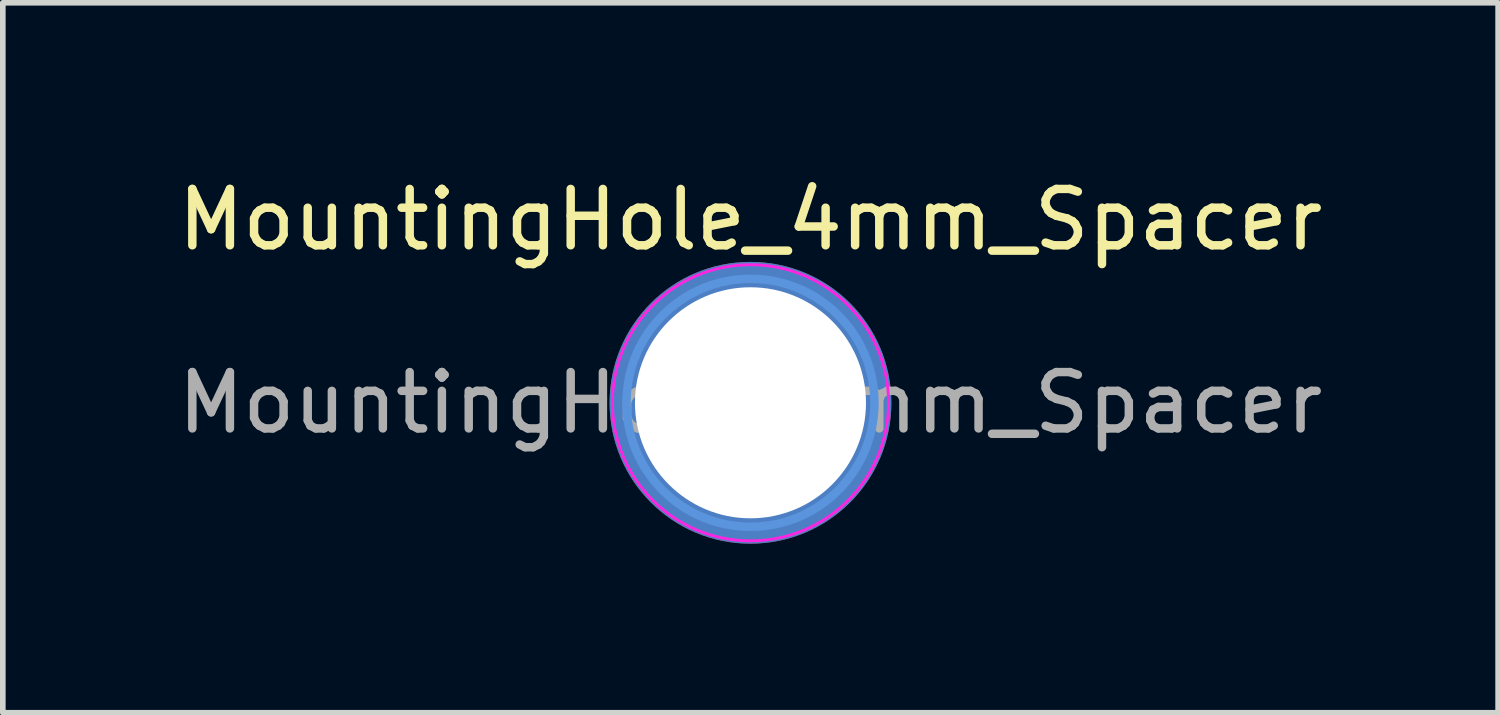
<source format=kicad_pcb>
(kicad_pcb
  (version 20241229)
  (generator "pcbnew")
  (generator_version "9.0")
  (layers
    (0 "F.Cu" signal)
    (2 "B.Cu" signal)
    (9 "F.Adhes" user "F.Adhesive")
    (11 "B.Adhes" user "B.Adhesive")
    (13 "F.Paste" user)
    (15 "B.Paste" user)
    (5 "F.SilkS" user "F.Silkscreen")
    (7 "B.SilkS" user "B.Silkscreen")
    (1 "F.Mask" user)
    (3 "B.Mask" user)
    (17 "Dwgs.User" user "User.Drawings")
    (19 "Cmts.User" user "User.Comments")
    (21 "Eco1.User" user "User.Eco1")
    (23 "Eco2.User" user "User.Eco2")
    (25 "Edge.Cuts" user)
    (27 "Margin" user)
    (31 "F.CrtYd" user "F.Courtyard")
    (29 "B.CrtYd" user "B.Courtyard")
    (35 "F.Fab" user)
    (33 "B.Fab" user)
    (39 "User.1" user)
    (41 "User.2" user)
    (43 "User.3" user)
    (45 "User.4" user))
  (footprint "MountingHole_4mm_Spacer"
    (layer "F.Cu")
    (at 10.268 4.098)
    (property "Reference" "MountingHole_4mm_Spacer" (at 0 -3.25 0) (layer "F.SilkS") (effects (font (size 1 1) (thickness 0.15))))
    (attr exclude_from_pos_files exclude_from_bom)
    (fp_circle (center 0 0) (end 2.2 0) (stroke (width 0.15) (type solid)) (fill no) (layer "Cmts.User"))
    (fp_circle (center 0 0) (end 2.45 0) (stroke (width 0.05) (type solid)) (fill no) (layer "F.CrtYd"))
    (fp_text user "${REFERENCE}" (at 0 0 0) (layer "F.Fab") (effects (font (size 1 1) (thickness 0.15))))
    (pad "" thru_hole circle (at 0 0) (size 5 5) (drill 4.1) (layers "*.Cu" "*.Mask")))
  (gr_rect
    (start -3 -3)
    (end 23.536 9.598)
    (stroke (width 0.1) (type default))
    (fill no)
    (layer "Edge.Cuts")))
</source>
